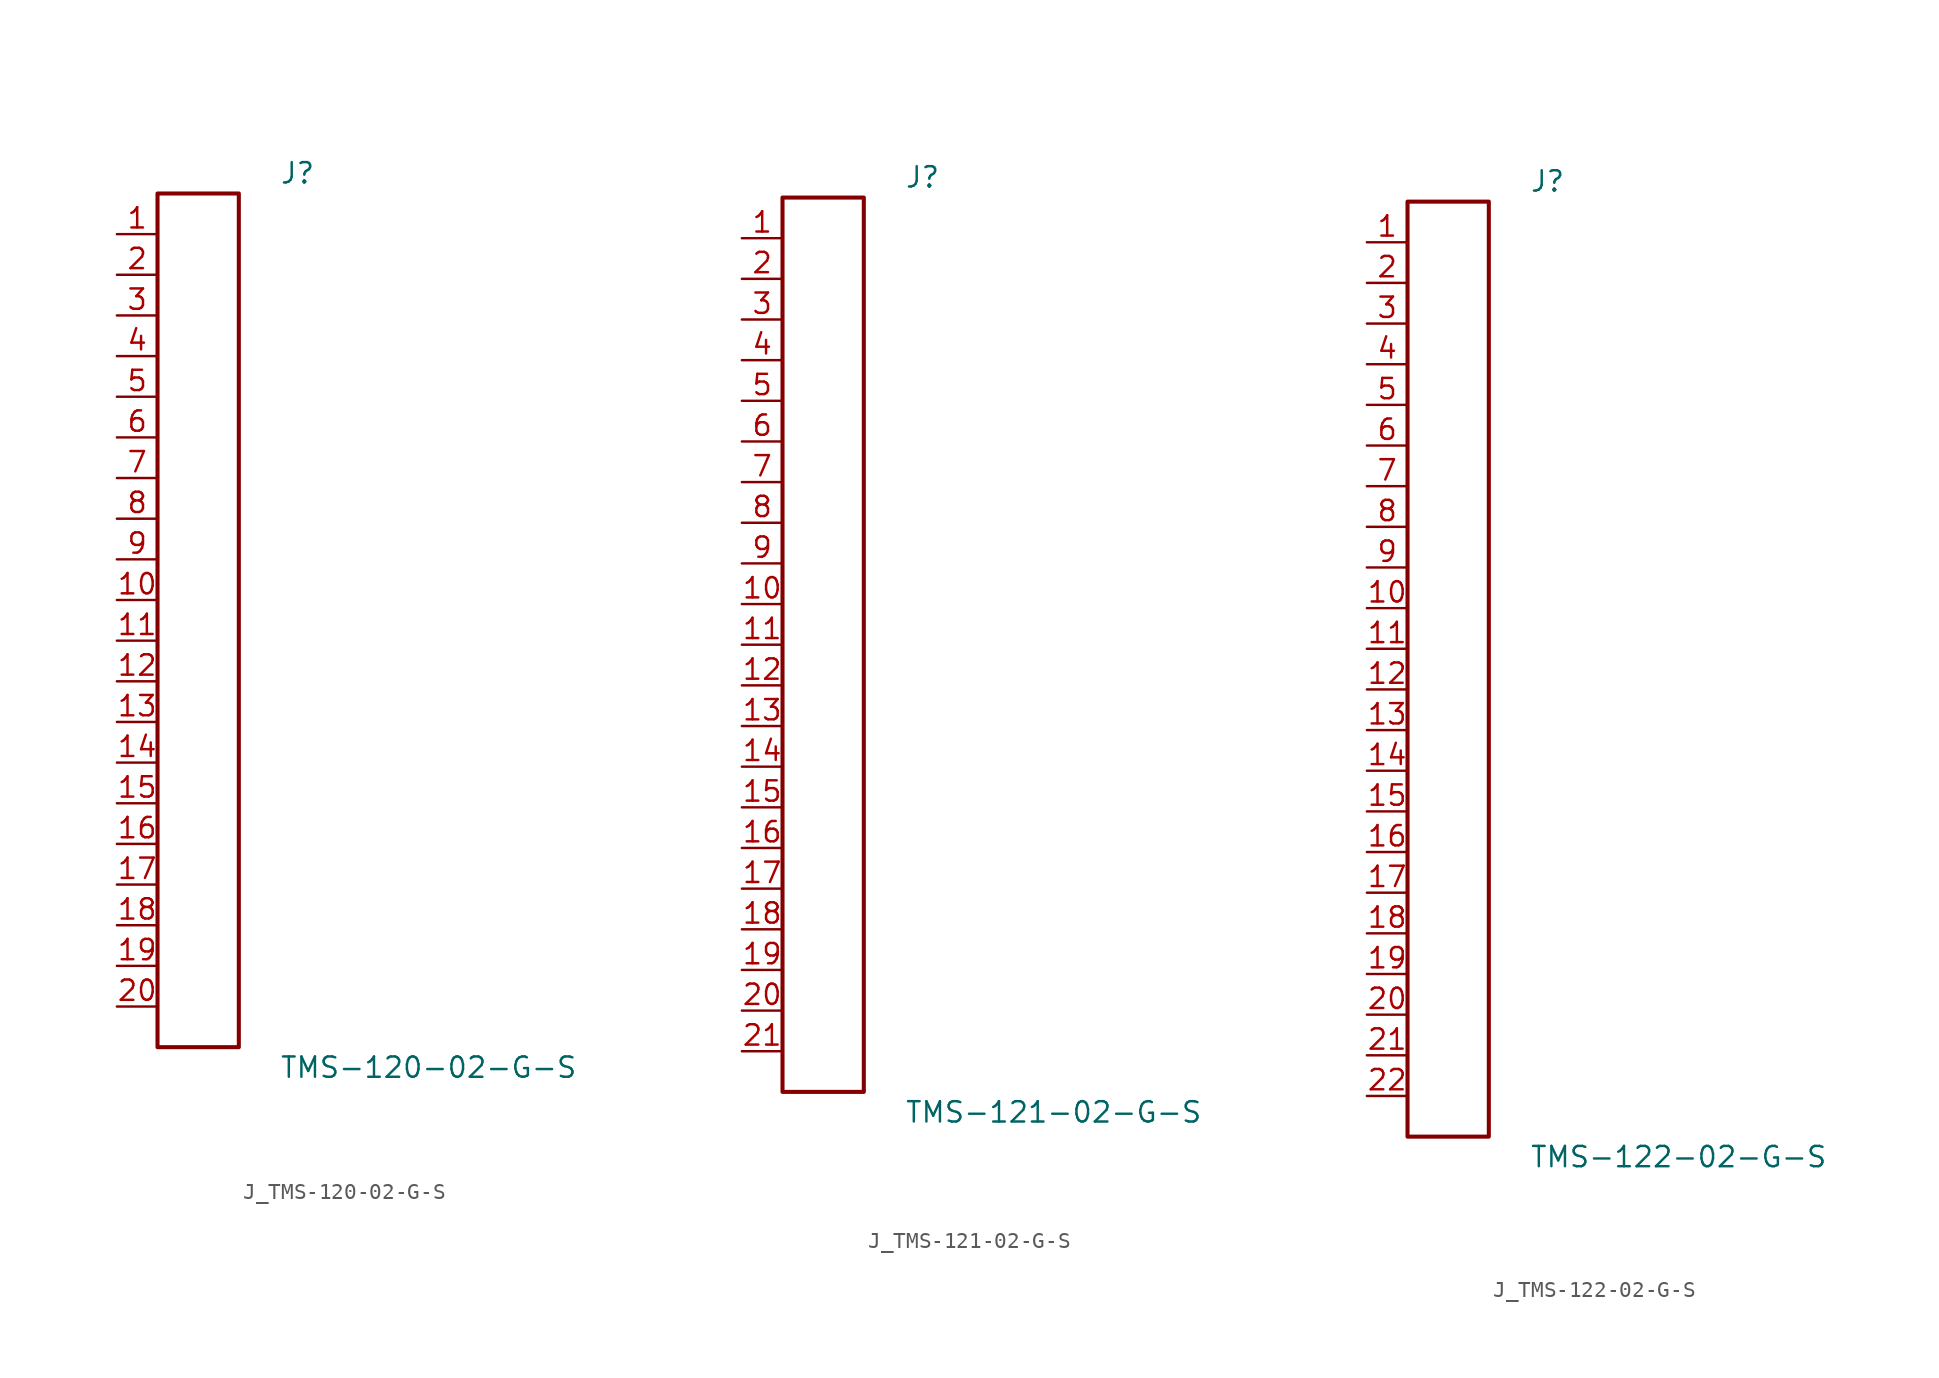
<source format=kicad_sym>
(kicad_symbol_lib
  (version 20231120)
  (generator kicad_symbol_editor)
  (generator_version 8.0)
  (symbol "J_TMS-120-02-G-S"
    (pin_names
      (offset 0.254))
    (property "Reference" "J"
      (at 5.08 27.94 0)
      (effects (font (size 1.27 1.27)) (justify left)))
    (property "Value" "TMS-120-02-G-S"
      (at 5.08 -27.94 0)
      (effects (font (size 1.27 1.27)) (justify left)))
    (symbol "J_TMS-120-02-G-S_0_0"
      (pin passive line (at -5.08 24.13 0) (length 2.54) (name "" (effects (font (size 1.27 1.27)))) (number "1" (effects (font (size 1.27 1.27)))))
      (pin passive line (at -5.08 21.59 0) (length 2.54) (name "" (effects (font (size 1.27 1.27)))) (number "2" (effects (font (size 1.27 1.27)))))
      (pin passive line (at -5.08 19.05 0) (length 2.54) (name "" (effects (font (size 1.27 1.27)))) (number "3" (effects (font (size 1.27 1.27)))))
      (pin passive line (at -5.08 16.51 0) (length 2.54) (name "" (effects (font (size 1.27 1.27)))) (number "4" (effects (font (size 1.27 1.27)))))
      (pin passive line (at -5.08 13.97 0) (length 2.54) (name "" (effects (font (size 1.27 1.27)))) (number "5" (effects (font (size 1.27 1.27)))))
      (pin passive line (at -5.08 11.43 0) (length 2.54) (name "" (effects (font (size 1.27 1.27)))) (number "6" (effects (font (size 1.27 1.27)))))
      (pin passive line (at -5.08 8.89 0) (length 2.54) (name "" (effects (font (size 1.27 1.27)))) (number "7" (effects (font (size 1.27 1.27)))))
      (pin passive line (at -5.08 6.35 0) (length 2.54) (name "" (effects (font (size 1.27 1.27)))) (number "8" (effects (font (size 1.27 1.27)))))
      (pin passive line (at -5.08 3.81 0) (length 2.54) (name "" (effects (font (size 1.27 1.27)))) (number "9" (effects (font (size 1.27 1.27)))))
      (pin passive line (at -5.08 1.27 0) (length 2.54) (name "" (effects (font (size 1.27 1.27)))) (number "10" (effects (font (size 1.27 1.27)))))
      (pin passive line (at -5.08 -1.27 0) (length 2.54) (name "" (effects (font (size 1.27 1.27)))) (number "11" (effects (font (size 1.27 1.27)))))
      (pin passive line (at -5.08 -3.81 0) (length 2.54) (name "" (effects (font (size 1.27 1.27)))) (number "12" (effects (font (size 1.27 1.27)))))
      (pin passive line (at -5.08 -6.35 0) (length 2.54) (name "" (effects (font (size 1.27 1.27)))) (number "13" (effects (font (size 1.27 1.27)))))
      (pin passive line (at -5.08 -8.89 0) (length 2.54) (name "" (effects (font (size 1.27 1.27)))) (number "14" (effects (font (size 1.27 1.27)))))
      (pin passive line (at -5.08 -11.43 0) (length 2.54) (name "" (effects (font (size 1.27 1.27)))) (number "15" (effects (font (size 1.27 1.27)))))
      (pin passive line (at -5.08 -13.97 0) (length 2.54) (name "" (effects (font (size 1.27 1.27)))) (number "16" (effects (font (size 1.27 1.27)))))
      (pin passive line (at -5.08 -16.51 0) (length 2.54) (name "" (effects (font (size 1.27 1.27)))) (number "17" (effects (font (size 1.27 1.27)))))
      (pin passive line (at -5.08 -19.05 0) (length 2.54) (name "" (effects (font (size 1.27 1.27)))) (number "18" (effects (font (size 1.27 1.27)))))
      (pin passive line (at -5.08 -21.59 0) (length 2.54) (name "" (effects (font (size 1.27 1.27)))) (number "19" (effects (font (size 1.27 1.27)))))
      (pin passive line (at -5.08 -24.13 0) (length 2.54) (name "" (effects (font (size 1.27 1.27)))) (number "20" (effects (font (size 1.27 1.27))))))
    (symbol "J_TMS-120-02-G-S_1_0"
      (rectangle (start -2.54 26.67) (end 2.54 -26.67) (stroke (width 0.254) (type solid)) (fill (type none)))))
  (symbol "J_TMS-121-02-G-S"
    (pin_names
      (offset 0.254))
    (property "Reference" "J"
      (at 5.08 29.21 0)
      (effects (font (size 1.27 1.27)) (justify left)))
    (property "Value" "TMS-121-02-G-S"
      (at 5.08 -29.21 0)
      (effects (font (size 1.27 1.27)) (justify left)))
    (symbol "J_TMS-121-02-G-S_0_0"
      (pin passive line (at -5.08 25.4 0) (length 2.54) (name "" (effects (font (size 1.27 1.27)))) (number "1" (effects (font (size 1.27 1.27)))))
      (pin passive line (at -5.08 22.86 0) (length 2.54) (name "" (effects (font (size 1.27 1.27)))) (number "2" (effects (font (size 1.27 1.27)))))
      (pin passive line (at -5.08 20.32 0) (length 2.54) (name "" (effects (font (size 1.27 1.27)))) (number "3" (effects (font (size 1.27 1.27)))))
      (pin passive line (at -5.08 17.78 0) (length 2.54) (name "" (effects (font (size 1.27 1.27)))) (number "4" (effects (font (size 1.27 1.27)))))
      (pin passive line (at -5.08 15.24 0) (length 2.54) (name "" (effects (font (size 1.27 1.27)))) (number "5" (effects (font (size 1.27 1.27)))))
      (pin passive line (at -5.08 12.7 0) (length 2.54) (name "" (effects (font (size 1.27 1.27)))) (number "6" (effects (font (size 1.27 1.27)))))
      (pin passive line (at -5.08 10.16 0) (length 2.54) (name "" (effects (font (size 1.27 1.27)))) (number "7" (effects (font (size 1.27 1.27)))))
      (pin passive line (at -5.08 7.62 0) (length 2.54) (name "" (effects (font (size 1.27 1.27)))) (number "8" (effects (font (size 1.27 1.27)))))
      (pin passive line (at -5.08 5.08 0) (length 2.54) (name "" (effects (font (size 1.27 1.27)))) (number "9" (effects (font (size 1.27 1.27)))))
      (pin passive line (at -5.08 2.54 0) (length 2.54) (name "" (effects (font (size 1.27 1.27)))) (number "10" (effects (font (size 1.27 1.27)))))
      (pin passive line (at -5.08 0.0 0) (length 2.54) (name "" (effects (font (size 1.27 1.27)))) (number "11" (effects (font (size 1.27 1.27)))))
      (pin passive line (at -5.08 -2.54 0) (length 2.54) (name "" (effects (font (size 1.27 1.27)))) (number "12" (effects (font (size 1.27 1.27)))))
      (pin passive line (at -5.08 -5.08 0) (length 2.54) (name "" (effects (font (size 1.27 1.27)))) (number "13" (effects (font (size 1.27 1.27)))))
      (pin passive line (at -5.08 -7.62 0) (length 2.54) (name "" (effects (font (size 1.27 1.27)))) (number "14" (effects (font (size 1.27 1.27)))))
      (pin passive line (at -5.08 -10.16 0) (length 2.54) (name "" (effects (font (size 1.27 1.27)))) (number "15" (effects (font (size 1.27 1.27)))))
      (pin passive line (at -5.08 -12.7 0) (length 2.54) (name "" (effects (font (size 1.27 1.27)))) (number "16" (effects (font (size 1.27 1.27)))))
      (pin passive line (at -5.08 -15.24 0) (length 2.54) (name "" (effects (font (size 1.27 1.27)))) (number "17" (effects (font (size 1.27 1.27)))))
      (pin passive line (at -5.08 -17.78 0) (length 2.54) (name "" (effects (font (size 1.27 1.27)))) (number "18" (effects (font (size 1.27 1.27)))))
      (pin passive line (at -5.08 -20.32 0) (length 2.54) (name "" (effects (font (size 1.27 1.27)))) (number "19" (effects (font (size 1.27 1.27)))))
      (pin passive line (at -5.08 -22.86 0) (length 2.54) (name "" (effects (font (size 1.27 1.27)))) (number "20" (effects (font (size 1.27 1.27)))))
      (pin passive line (at -5.08 -25.4 0) (length 2.54) (name "" (effects (font (size 1.27 1.27)))) (number "21" (effects (font (size 1.27 1.27))))))
    (symbol "J_TMS-121-02-G-S_1_0"
      (rectangle (start -2.54 27.94) (end 2.54 -27.94) (stroke (width 0.254) (type solid)) (fill (type none)))))
  (symbol "J_TMS-122-02-G-S"
    (pin_names
      (offset 0.254))
    (property "Reference" "J"
      (at 5.08 30.48 0)
      (effects (font (size 1.27 1.27)) (justify left)))
    (property "Value" "TMS-122-02-G-S"
      (at 5.08 -30.48 0)
      (effects (font (size 1.27 1.27)) (justify left)))
    (symbol "J_TMS-122-02-G-S_0_0"
      (pin passive line (at -5.08 26.67 0) (length 2.54) (name "" (effects (font (size 1.27 1.27)))) (number "1" (effects (font (size 1.27 1.27)))))
      (pin passive line (at -5.08 24.13 0) (length 2.54) (name "" (effects (font (size 1.27 1.27)))) (number "2" (effects (font (size 1.27 1.27)))))
      (pin passive line (at -5.08 21.59 0) (length 2.54) (name "" (effects (font (size 1.27 1.27)))) (number "3" (effects (font (size 1.27 1.27)))))
      (pin passive line (at -5.08 19.05 0) (length 2.54) (name "" (effects (font (size 1.27 1.27)))) (number "4" (effects (font (size 1.27 1.27)))))
      (pin passive line (at -5.08 16.51 0) (length 2.54) (name "" (effects (font (size 1.27 1.27)))) (number "5" (effects (font (size 1.27 1.27)))))
      (pin passive line (at -5.08 13.97 0) (length 2.54) (name "" (effects (font (size 1.27 1.27)))) (number "6" (effects (font (size 1.27 1.27)))))
      (pin passive line (at -5.08 11.43 0) (length 2.54) (name "" (effects (font (size 1.27 1.27)))) (number "7" (effects (font (size 1.27 1.27)))))
      (pin passive line (at -5.08 8.89 0) (length 2.54) (name "" (effects (font (size 1.27 1.27)))) (number "8" (effects (font (size 1.27 1.27)))))
      (pin passive line (at -5.08 6.35 0) (length 2.54) (name "" (effects (font (size 1.27 1.27)))) (number "9" (effects (font (size 1.27 1.27)))))
      (pin passive line (at -5.08 3.81 0) (length 2.54) (name "" (effects (font (size 1.27 1.27)))) (number "10" (effects (font (size 1.27 1.27)))))
      (pin passive line (at -5.08 1.27 0) (length 2.54) (name "" (effects (font (size 1.27 1.27)))) (number "11" (effects (font (size 1.27 1.27)))))
      (pin passive line (at -5.08 -1.27 0) (length 2.54) (name "" (effects (font (size 1.27 1.27)))) (number "12" (effects (font (size 1.27 1.27)))))
      (pin passive line (at -5.08 -3.81 0) (length 2.54) (name "" (effects (font (size 1.27 1.27)))) (number "13" (effects (font (size 1.27 1.27)))))
      (pin passive line (at -5.08 -6.35 0) (length 2.54) (name "" (effects (font (size 1.27 1.27)))) (number "14" (effects (font (size 1.27 1.27)))))
      (pin passive line (at -5.08 -8.89 0) (length 2.54) (name "" (effects (font (size 1.27 1.27)))) (number "15" (effects (font (size 1.27 1.27)))))
      (pin passive line (at -5.08 -11.43 0) (length 2.54) (name "" (effects (font (size 1.27 1.27)))) (number "16" (effects (font (size 1.27 1.27)))))
      (pin passive line (at -5.08 -13.97 0) (length 2.54) (name "" (effects (font (size 1.27 1.27)))) (number "17" (effects (font (size 1.27 1.27)))))
      (pin passive line (at -5.08 -16.51 0) (length 2.54) (name "" (effects (font (size 1.27 1.27)))) (number "18" (effects (font (size 1.27 1.27)))))
      (pin passive line (at -5.08 -19.05 0) (length 2.54) (name "" (effects (font (size 1.27 1.27)))) (number "19" (effects (font (size 1.27 1.27)))))
      (pin passive line (at -5.08 -21.59 0) (length 2.54) (name "" (effects (font (size 1.27 1.27)))) (number "20" (effects (font (size 1.27 1.27)))))
      (pin passive line (at -5.08 -24.13 0) (length 2.54) (name "" (effects (font (size 1.27 1.27)))) (number "21" (effects (font (size 1.27 1.27)))))
      (pin passive line (at -5.08 -26.67 0) (length 2.54) (name "" (effects (font (size 1.27 1.27)))) (number "22" (effects (font (size 1.27 1.27))))))
    (symbol "J_TMS-122-02-G-S_1_0"
      (rectangle (start -2.54 29.21) (end 2.54 -29.21) (stroke (width 0.254) (type solid)) (fill (type none))))))
</source>
